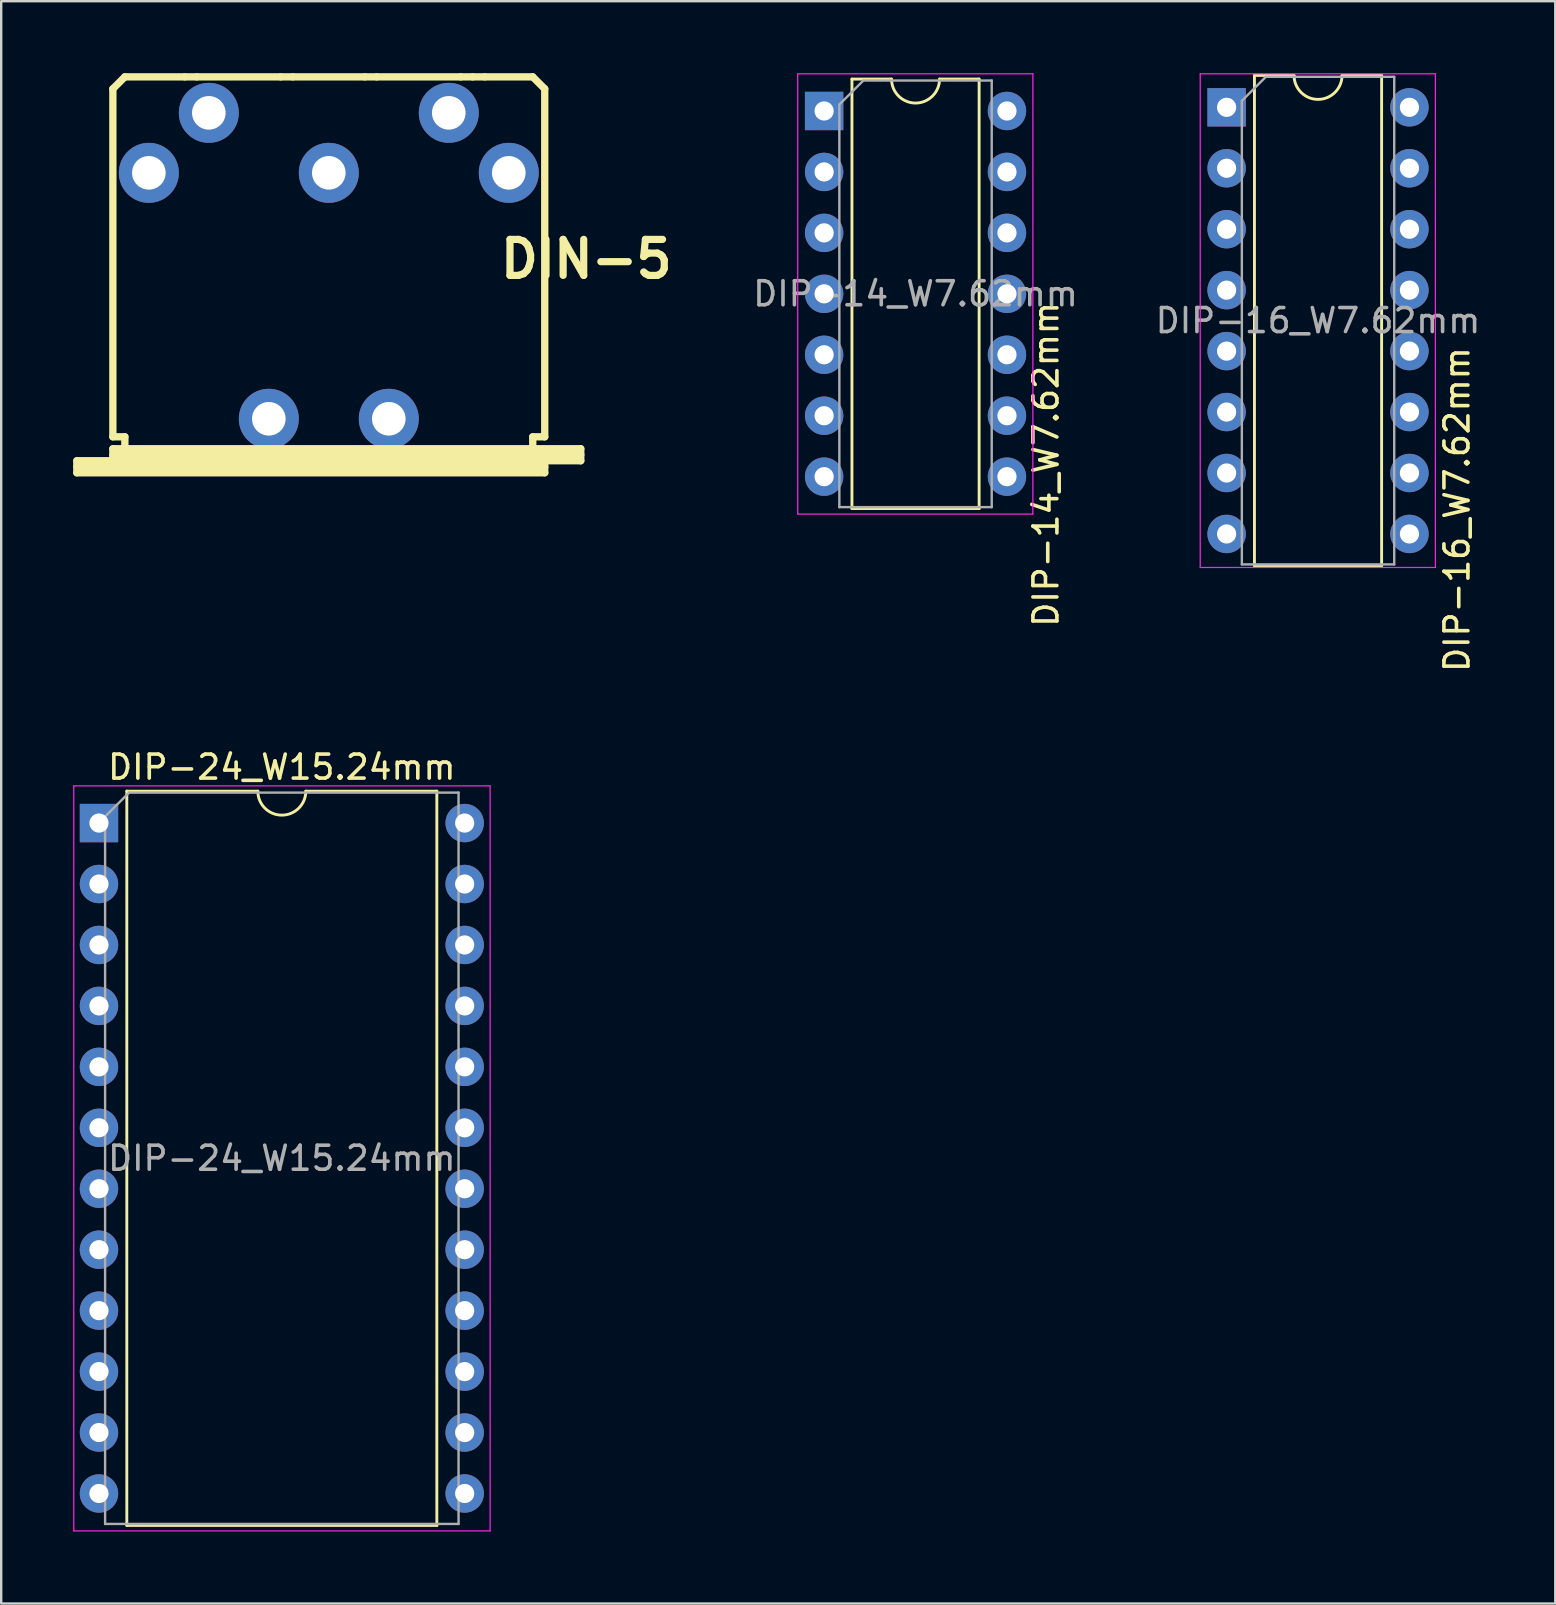
<source format=kicad_pcb>
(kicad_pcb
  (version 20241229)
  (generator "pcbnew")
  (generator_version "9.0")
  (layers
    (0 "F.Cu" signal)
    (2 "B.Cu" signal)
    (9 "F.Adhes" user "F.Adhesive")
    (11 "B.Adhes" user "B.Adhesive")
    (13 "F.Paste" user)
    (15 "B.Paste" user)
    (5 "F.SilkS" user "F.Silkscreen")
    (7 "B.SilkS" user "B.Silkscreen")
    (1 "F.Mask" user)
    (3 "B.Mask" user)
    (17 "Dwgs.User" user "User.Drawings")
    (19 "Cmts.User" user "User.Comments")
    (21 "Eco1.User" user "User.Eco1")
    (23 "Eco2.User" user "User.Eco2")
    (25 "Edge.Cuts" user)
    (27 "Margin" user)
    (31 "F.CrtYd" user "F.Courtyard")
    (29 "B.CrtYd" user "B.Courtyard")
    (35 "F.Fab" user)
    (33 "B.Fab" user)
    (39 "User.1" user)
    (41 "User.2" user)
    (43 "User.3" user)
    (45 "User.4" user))
  (footprint "DIP-16_W7.62mm"
    (layer "F.Cu")
    (at 48.069 1.422)
    (property "Reference" "DIP-16_W7.62mm" (at 9.601 16.764 90) (layer "F.SilkS") (effects (font (size 1 1) (thickness 0.15))))
    (attr through_hole)
    (fp_line (start 1.16 -1.33) (end 1.16 19.11) (stroke (width 0.12) (type solid)) (layer "F.SilkS"))
    (fp_line (start 1.16 19.11) (end 6.46 19.11) (stroke (width 0.12) (type solid)) (layer "F.SilkS"))
    (fp_line (start 2.81 -1.33) (end 1.16 -1.33) (stroke (width 0.12) (type solid)) (layer "F.SilkS"))
    (fp_line (start 6.46 -1.33) (end 4.81 -1.33) (stroke (width 0.12) (type solid)) (layer "F.SilkS"))
    (fp_line (start 6.46 19.11) (end 6.46 -1.33) (stroke (width 0.12) (type solid)) (layer "F.SilkS"))
    (fp_arc (start 4.81 -1.33) (mid 3.81 -0.33) (end 2.81 -1.33) (stroke (width 0.12) (type solid)) (layer "F.SilkS"))
    (fp_line (start -1.1 -1.397) (end -1.1 19.177) (stroke (width 0.05) (type solid)) (layer "F.CrtYd"))
    (fp_line (start -1.1 19.177) (end 8.7 19.177) (stroke (width 0.05) (type solid)) (layer "F.CrtYd"))
    (fp_line (start 8.7 -1.397) (end -1.1 -1.397) (stroke (width 0.05) (type solid)) (layer "F.CrtYd"))
    (fp_line (start 8.7 19.177) (end 8.7 -1.397) (stroke (width 0.05) (type solid)) (layer "F.CrtYd"))
    (fp_line (start 0.635 -0.27) (end 1.635 -1.27) (stroke (width 0.1) (type solid)) (layer "F.Fab"))
    (fp_line (start 0.635 19.05) (end 0.635 -0.27) (stroke (width 0.1) (type solid)) (layer "F.Fab"))
    (fp_line (start 1.635 -1.27) (end 6.985 -1.27) (stroke (width 0.1) (type solid)) (layer "F.Fab"))
    (fp_line (start 6.985 -1.27) (end 6.985 19.05) (stroke (width 0.1) (type solid)) (layer "F.Fab"))
    (fp_line (start 6.985 19.05) (end 0.635 19.05) (stroke (width 0.1) (type solid)) (layer "F.Fab"))
    (fp_text user "${REFERENCE}" (at 3.81 8.89 0) (layer "F.Fab") (effects (font (size 1 1) (thickness 0.15))))
    (pad "1" thru_hole rect (at 0 0) (size 1.6 1.6) (drill 0.8) (layers "*.Cu" "*.Mask"))
    (pad "2" thru_hole oval (at 0 2.54) (size 1.6 1.6) (drill 0.8) (layers "*.Cu" "*.Mask"))
    (pad "3" thru_hole oval (at 0 5.08) (size 1.6 1.6) (drill 0.8) (layers "*.Cu" "*.Mask"))
    (pad "4" thru_hole oval (at 0 7.62) (size 1.6 1.6) (drill 0.8) (layers "*.Cu" "*.Mask"))
    (pad "5" thru_hole oval (at 0 10.16) (size 1.6 1.6) (drill 0.8) (layers "*.Cu" "*.Mask"))
    (pad "6" thru_hole oval (at 0 12.7) (size 1.6 1.6) (drill 0.8) (layers "*.Cu" "*.Mask"))
    (pad "7" thru_hole oval (at 0 15.24) (size 1.6 1.6) (drill 0.8) (layers "*.Cu" "*.Mask"))
    (pad "8" thru_hole oval (at 0 17.78) (size 1.6 1.6) (drill 0.8) (layers "*.Cu" "*.Mask"))
    (pad "9" thru_hole oval (at 7.62 17.78) (size 1.6 1.6) (drill 0.8) (layers "*.Cu" "*.Mask"))
    (pad "10" thru_hole oval (at 7.62 15.24) (size 1.6 1.6) (drill 0.8) (layers "*.Cu" "*.Mask"))
    (pad "11" thru_hole oval (at 7.62 12.7) (size 1.6 1.6) (drill 0.8) (layers "*.Cu" "*.Mask"))
    (pad "12" thru_hole oval (at 7.62 10.16) (size 1.6 1.6) (drill 0.8) (layers "*.Cu" "*.Mask"))
    (pad "13" thru_hole oval (at 7.62 7.62) (size 1.6 1.6) (drill 0.8) (layers "*.Cu" "*.Mask"))
    (pad "14" thru_hole oval (at 7.62 5.08) (size 1.6 1.6) (drill 0.8) (layers "*.Cu" "*.Mask"))
    (pad "15" thru_hole oval (at 7.62 2.54) (size 1.6 1.6) (drill 0.8) (layers "*.Cu" "*.Mask"))
    (pad "16" thru_hole oval (at 7.62 0) (size 1.6 1.6) (drill 0.8) (layers "*.Cu" "*.Mask")))
  (footprint "DIP-24_W15.24mm"
    (layer "F.Cu")
    (at 1.075 31.251)
    (property "Reference" "DIP-24_W15.24mm" (at 7.62 -2.33 0) (layer "F.SilkS") (effects (font (size 1 1) (thickness 0.15))))
    (attr through_hole)
    (fp_line (start 1.16 -1.33) (end 1.16 29.27) (stroke (width 0.12) (type solid)) (layer "F.SilkS"))
    (fp_line (start 1.16 29.27) (end 14.08 29.27) (stroke (width 0.12) (type solid)) (layer "F.SilkS"))
    (fp_line (start 6.62 -1.33) (end 1.16 -1.33) (stroke (width 0.12) (type solid)) (layer "F.SilkS"))
    (fp_line (start 14.08 -1.33) (end 8.62 -1.33) (stroke (width 0.12) (type solid)) (layer "F.SilkS"))
    (fp_line (start 14.08 29.27) (end 14.08 -1.33) (stroke (width 0.12) (type solid)) (layer "F.SilkS"))
    (fp_arc (start 8.62 -1.33) (mid 7.62 -0.33) (end 6.62 -1.33) (stroke (width 0.12) (type solid)) (layer "F.SilkS"))
    (fp_line (start -1.05 -1.55) (end -1.05 29.5) (stroke (width 0.05) (type solid)) (layer "F.CrtYd"))
    (fp_line (start -1.05 29.5) (end 16.3 29.5) (stroke (width 0.05) (type solid)) (layer "F.CrtYd"))
    (fp_line (start 16.3 -1.55) (end -1.05 -1.55) (stroke (width 0.05) (type solid)) (layer "F.CrtYd"))
    (fp_line (start 16.3 29.5) (end 16.3 -1.55) (stroke (width 0.05) (type solid)) (layer "F.CrtYd"))
    (fp_line (start 0.255 -0.27) (end 1.255 -1.27) (stroke (width 0.1) (type solid)) (layer "F.Fab"))
    (fp_line (start 0.255 29.21) (end 0.255 -0.27) (stroke (width 0.1) (type solid)) (layer "F.Fab"))
    (fp_line (start 1.255 -1.27) (end 14.985 -1.27) (stroke (width 0.1) (type solid)) (layer "F.Fab"))
    (fp_line (start 14.985 -1.27) (end 14.985 29.21) (stroke (width 0.1) (type solid)) (layer "F.Fab"))
    (fp_line (start 14.985 29.21) (end 0.255 29.21) (stroke (width 0.1) (type solid)) (layer "F.Fab"))
    (fp_text user "${REFERENCE}" (at 7.62 13.97 0) (layer "F.Fab") (effects (font (size 1 1) (thickness 0.15))))
    (pad "1" thru_hole rect (at 0 0) (size 1.6 1.6) (drill 0.8) (layers "*.Cu" "*.Mask"))
    (pad "2" thru_hole oval (at 0 2.54) (size 1.6 1.6) (drill 0.8) (layers "*.Cu" "*.Mask"))
    (pad "3" thru_hole oval (at 0 5.08) (size 1.6 1.6) (drill 0.8) (layers "*.Cu" "*.Mask"))
    (pad "4" thru_hole oval (at 0 7.62) (size 1.6 1.6) (drill 0.8) (layers "*.Cu" "*.Mask"))
    (pad "5" thru_hole oval (at 0 10.16) (size 1.6 1.6) (drill 0.8) (layers "*.Cu" "*.Mask"))
    (pad "6" thru_hole oval (at 0 12.7) (size 1.6 1.6) (drill 0.8) (layers "*.Cu" "*.Mask"))
    (pad "7" thru_hole oval (at 0 15.24) (size 1.6 1.6) (drill 0.8) (layers "*.Cu" "*.Mask"))
    (pad "8" thru_hole oval (at 0 17.78) (size 1.6 1.6) (drill 0.8) (layers "*.Cu" "*.Mask"))
    (pad "9" thru_hole oval (at 0 20.32) (size 1.6 1.6) (drill 0.8) (layers "*.Cu" "*.Mask"))
    (pad "10" thru_hole oval (at 0 22.86) (size 1.6 1.6) (drill 0.8) (layers "*.Cu" "*.Mask"))
    (pad "11" thru_hole oval (at 0 25.4) (size 1.6 1.6) (drill 0.8) (layers "*.Cu" "*.Mask"))
    (pad "12" thru_hole oval (at 0 27.94) (size 1.6 1.6) (drill 0.8) (layers "*.Cu" "*.Mask"))
    (pad "13" thru_hole oval (at 15.24 27.94) (size 1.6 1.6) (drill 0.8) (layers "*.Cu" "*.Mask"))
    (pad "14" thru_hole oval (at 15.24 25.4) (size 1.6 1.6) (drill 0.8) (layers "*.Cu" "*.Mask"))
    (pad "15" thru_hole oval (at 15.24 22.86) (size 1.6 1.6) (drill 0.8) (layers "*.Cu" "*.Mask"))
    (pad "16" thru_hole oval (at 15.24 20.32) (size 1.6 1.6) (drill 0.8) (layers "*.Cu" "*.Mask"))
    (pad "17" thru_hole oval (at 15.24 17.78) (size 1.6 1.6) (drill 0.8) (layers "*.Cu" "*.Mask"))
    (pad "18" thru_hole oval (at 15.24 15.24) (size 1.6 1.6) (drill 0.8) (layers "*.Cu" "*.Mask"))
    (pad "19" thru_hole oval (at 15.24 12.7) (size 1.6 1.6) (drill 0.8) (layers "*.Cu" "*.Mask"))
    (pad "20" thru_hole oval (at 15.24 10.16) (size 1.6 1.6) (drill 0.8) (layers "*.Cu" "*.Mask"))
    (pad "21" thru_hole oval (at 15.24 7.62) (size 1.6 1.6) (drill 0.8) (layers "*.Cu" "*.Mask"))
    (pad "22" thru_hole oval (at 15.24 5.08) (size 1.6 1.6) (drill 0.8) (layers "*.Cu" "*.Mask"))
    (pad "23" thru_hole oval (at 15.24 2.54) (size 1.6 1.6) (drill 0.8) (layers "*.Cu" "*.Mask"))
    (pad "24" thru_hole oval (at 15.24 0) (size 1.6 1.6) (drill 0.8) (layers "*.Cu" "*.Mask")))
  (footprint "DIP-14_W7.62mm"
    (layer "F.Cu")
    (at 31.295 1.575)
    (property "Reference" "DIP-14_W7.62mm" (at 9.246 14.728 90) (layer "F.SilkS") (effects (font (size 1 1) (thickness 0.15))))
    (attr through_hole)
    (fp_line (start 1.16 -1.33) (end 1.16 16.57) (stroke (width 0.12) (type solid)) (layer "F.SilkS"))
    (fp_line (start 1.16 16.57) (end 6.46 16.57) (stroke (width 0.12) (type solid)) (layer "F.SilkS"))
    (fp_line (start 2.81 -1.33) (end 1.16 -1.33) (stroke (width 0.12) (type solid)) (layer "F.SilkS"))
    (fp_line (start 6.46 -1.33) (end 4.81 -1.33) (stroke (width 0.12) (type solid)) (layer "F.SilkS"))
    (fp_line (start 6.46 16.57) (end 6.46 -1.33) (stroke (width 0.12) (type solid)) (layer "F.SilkS"))
    (fp_arc (start 4.81 -1.33) (mid 3.81 -0.33) (end 2.81 -1.33) (stroke (width 0.12) (type solid)) (layer "F.SilkS"))
    (fp_line (start -1.1 -1.55) (end -1.1 16.8) (stroke (width 0.05) (type solid)) (layer "F.CrtYd"))
    (fp_line (start -1.1 16.8) (end 8.7 16.8) (stroke (width 0.05) (type solid)) (layer "F.CrtYd"))
    (fp_line (start 8.7 -1.55) (end -1.1 -1.55) (stroke (width 0.05) (type solid)) (layer "F.CrtYd"))
    (fp_line (start 8.7 16.8) (end 8.7 -1.55) (stroke (width 0.05) (type solid)) (layer "F.CrtYd"))
    (fp_line (start 0.635 -0.27) (end 1.635 -1.27) (stroke (width 0.1) (type solid)) (layer "F.Fab"))
    (fp_line (start 0.635 16.51) (end 0.635 -0.27) (stroke (width 0.1) (type solid)) (layer "F.Fab"))
    (fp_line (start 1.635 -1.27) (end 6.985 -1.27) (stroke (width 0.1) (type solid)) (layer "F.Fab"))
    (fp_line (start 6.985 -1.27) (end 6.985 16.51) (stroke (width 0.1) (type solid)) (layer "F.Fab"))
    (fp_line (start 6.985 16.51) (end 0.635 16.51) (stroke (width 0.1) (type solid)) (layer "F.Fab"))
    (fp_text user "${REFERENCE}" (at 3.81 7.62 0) (layer "F.Fab") (effects (font (size 1 1) (thickness 0.15))))
    (pad "1" thru_hole rect (at 0 0) (size 1.6 1.6) (drill 0.8) (layers "*.Cu" "*.Mask"))
    (pad "2" thru_hole oval (at 0 2.54) (size 1.6 1.6) (drill 0.8) (layers "*.Cu" "*.Mask"))
    (pad "3" thru_hole oval (at 0 5.08) (size 1.6 1.6) (drill 0.8) (layers "*.Cu" "*.Mask"))
    (pad "4" thru_hole oval (at 0 7.62) (size 1.6 1.6) (drill 0.8) (layers "*.Cu" "*.Mask"))
    (pad "5" thru_hole oval (at 0 10.16) (size 1.6 1.6) (drill 0.8) (layers "*.Cu" "*.Mask"))
    (pad "6" thru_hole oval (at 0 12.7) (size 1.6 1.6) (drill 0.8) (layers "*.Cu" "*.Mask"))
    (pad "7" thru_hole oval (at 0 15.24) (size 1.6 1.6) (drill 0.8) (layers "*.Cu" "*.Mask"))
    (pad "8" thru_hole oval (at 7.62 15.24) (size 1.6 1.6) (drill 0.8) (layers "*.Cu" "*.Mask"))
    (pad "9" thru_hole oval (at 7.62 12.7) (size 1.6 1.6) (drill 0.8) (layers "*.Cu" "*.Mask"))
    (pad "10" thru_hole oval (at 7.62 10.16) (size 1.6 1.6) (drill 0.8) (layers "*.Cu" "*.Mask"))
    (pad "11" thru_hole oval (at 7.62 7.62) (size 1.6 1.6) (drill 0.8) (layers "*.Cu" "*.Mask"))
    (pad "12" thru_hole oval (at 7.62 5.08) (size 1.6 1.6) (drill 0.8) (layers "*.Cu" "*.Mask"))
    (pad "13" thru_hole oval (at 7.62 2.54) (size 1.6 1.6) (drill 0.8) (layers "*.Cu" "*.Mask"))
    (pad "14" thru_hole oval (at 7.62 0) (size 1.6 1.6) (drill 0.8) (layers "*.Cu" "*.Mask")))
  (footprint "DIN-5"
    (layer "F.Cu")
    (at 10.653 7.153)
    (property "Reference" "DIN-5" (at 10.73 0.595 0) (layer "F.SilkS") (effects (font (size 1.5 1.5) (thickness 0.3))))
    (attr through_hole)
    (fp_line (start -10.5 8.999) (end -8.999 8.999) (stroke (width 0.305) (type solid)) (layer "F.SilkS"))
    (fp_line (start -10.5 9.251) (end 8.999 9.251) (stroke (width 0.305) (type solid)) (layer "F.SilkS"))
    (fp_line (start -10.5 9.5) (end -10.5 8.999) (stroke (width 0.305) (type solid)) (layer "F.SilkS"))
    (fp_line (start -9 -6.5) (end -8.5 -7) (stroke (width 0.305) (type solid)) (layer "F.SilkS"))
    (fp_line (start -8.999 -6.5) (end -8.999 8.001) (stroke (width 0.305) (type solid)) (layer "F.SilkS"))
    (fp_line (start -8.999 8.001) (end -8.499 8.001) (stroke (width 0.305) (type solid)) (layer "F.SilkS"))
    (fp_line (start -8.999 8.499) (end 10.5 8.499) (stroke (width 0.305) (type solid)) (layer "F.SilkS"))
    (fp_line (start -8.999 8.75) (end 10.5 8.75) (stroke (width 0.305) (type solid)) (layer "F.SilkS"))
    (fp_line (start -8.999 8.999) (end -8.999 8.499) (stroke (width 0.305) (type solid)) (layer "F.SilkS"))
    (fp_line (start -8.499 -7) (end -6 -7) (stroke (width 0.305) (type solid)) (layer "F.SilkS"))
    (fp_line (start -8.499 8.001) (end -8.499 8.499) (stroke (width 0.305) (type solid)) (layer "F.SilkS"))
    (fp_line (start -5.999 -7) (end -5.5 -7) (stroke (width 0.305) (type solid)) (layer "F.SilkS"))
    (fp_line (start -5.499 -7) (end -1.999 -7) (stroke (width 0.305) (type solid)) (layer "F.SilkS"))
    (fp_line (start -1.501 -7) (end -1.999 -7) (stroke (width 0.305) (type solid)) (layer "F.SilkS"))
    (fp_line (start -1.501 -7) (end 1.501 -7) (stroke (width 0.305) (type solid)) (layer "F.SilkS"))
    (fp_line (start 1.501 -7) (end 1.999 -7) (stroke (width 0.305) (type solid)) (layer "F.SilkS"))
    (fp_line (start 5.499 -7) (end 1.999 -7) (stroke (width 0.305) (type solid)) (layer "F.SilkS"))
    (fp_line (start 6 -7) (end 5.499 -7) (stroke (width 0.305) (type solid)) (layer "F.SilkS"))
    (fp_line (start 6.5 -7) (end 5.999 -7) (stroke (width 0.305) (type solid)) (layer "F.SilkS"))
    (fp_line (start 8.499 -7) (end 6.5 -7) (stroke (width 0.305) (type solid)) (layer "F.SilkS"))
    (fp_line (start 8.499 8.499) (end 8.499 8.001) (stroke (width 0.305) (type solid)) (layer "F.SilkS"))
    (fp_line (start 8.999 -6.5) (end 8.499 -7) (stroke (width 0.305) (type solid)) (layer "F.SilkS"))
    (fp_line (start 8.999 -6.5) (end 8.999 8.001) (stroke (width 0.305) (type solid)) (layer "F.SilkS"))
    (fp_line (start 8.999 8.001) (end 8.499 8.001) (stroke (width 0.305) (type solid)) (layer "F.SilkS"))
    (fp_line (start 8.999 8.999) (end -8.999 8.999) (stroke (width 0.305) (type solid)) (layer "F.SilkS"))
    (fp_line (start 8.999 8.999) (end 8.999 9.5) (stroke (width 0.305) (type solid)) (layer "F.SilkS"))
    (fp_line (start 8.999 9.5) (end -10.5 9.5) (stroke (width 0.305) (type solid)) (layer "F.SilkS"))
    (fp_line (start 10.5 8.499) (end 10.5 8.999) (stroke (width 0.305) (type solid)) (layer "F.SilkS"))
    (fp_line (start 10.5 8.999) (end 8.999 8.999) (stroke (width 0.305) (type solid)) (layer "F.SilkS"))
    (pad "1" thru_hole circle (at 7.5 -3) (size 2.5 2.5) (drill 1.4) (layers "*.Cu" "*.Mask"))
    (pad "2" thru_hole circle (at 0 -3) (size 2.5 2.5) (drill 1.4) (layers "*.Cu" "*.Mask"))
    (pad "3" thru_hole circle (at -7.5 -3) (size 2.5 2.5) (drill 1.4) (layers "*.Cu" "*.Mask"))
    (pad "4" thru_hole circle (at 5 -5.5) (size 2.5 2.5) (drill 1.4) (layers "*.Cu" "*.Mask"))
    (pad "5" thru_hole circle (at -5 -5.5) (size 2.5 2.5) (drill 1.4) (layers "*.Cu" "*.Mask"))
    (pad "6" thru_hole circle (at -2.5 7.25) (size 2.5 2.5) (drill 1.4) (layers "*.Cu" "*.Mask"))
    (pad "6" thru_hole circle (at 2.5 7.25) (size 2.5 2.5) (drill 1.4) (layers "*.Cu" "*.Mask")))
  (gr_rect
    (start -3 -3)
    (end 61.766 63.776)
    (stroke (width 0.1) (type default))
    (fill no)
    (layer "Edge.Cuts")))
</source>
